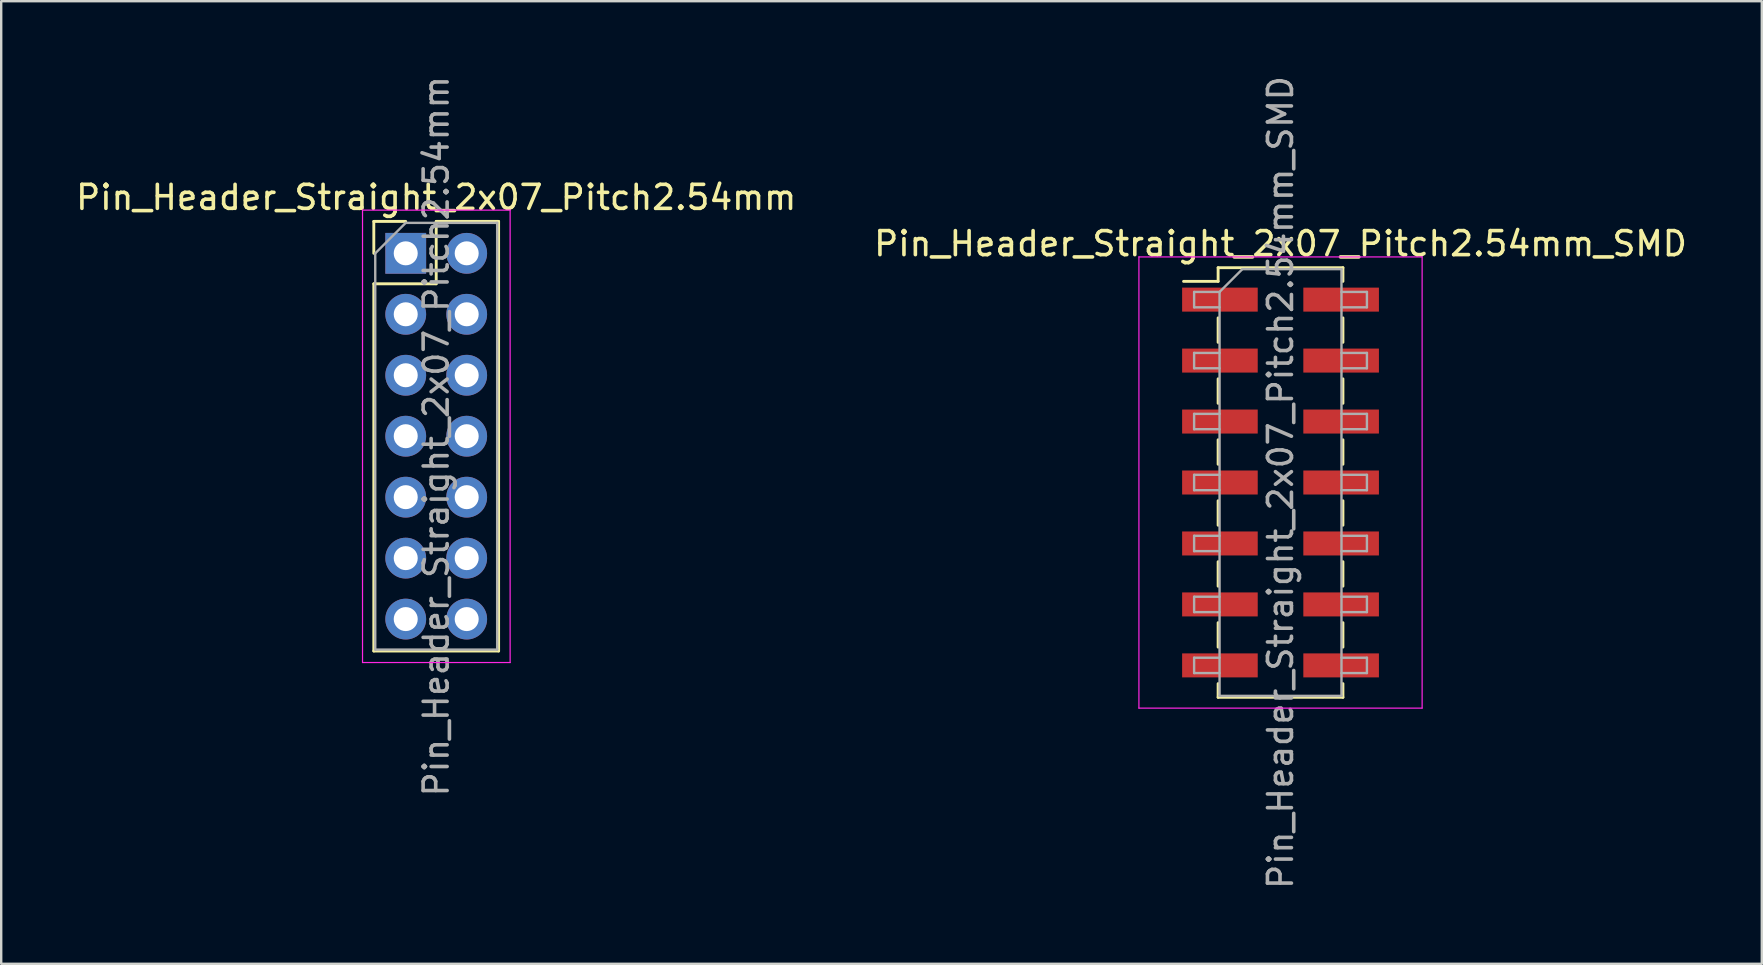
<source format=kicad_pcb>
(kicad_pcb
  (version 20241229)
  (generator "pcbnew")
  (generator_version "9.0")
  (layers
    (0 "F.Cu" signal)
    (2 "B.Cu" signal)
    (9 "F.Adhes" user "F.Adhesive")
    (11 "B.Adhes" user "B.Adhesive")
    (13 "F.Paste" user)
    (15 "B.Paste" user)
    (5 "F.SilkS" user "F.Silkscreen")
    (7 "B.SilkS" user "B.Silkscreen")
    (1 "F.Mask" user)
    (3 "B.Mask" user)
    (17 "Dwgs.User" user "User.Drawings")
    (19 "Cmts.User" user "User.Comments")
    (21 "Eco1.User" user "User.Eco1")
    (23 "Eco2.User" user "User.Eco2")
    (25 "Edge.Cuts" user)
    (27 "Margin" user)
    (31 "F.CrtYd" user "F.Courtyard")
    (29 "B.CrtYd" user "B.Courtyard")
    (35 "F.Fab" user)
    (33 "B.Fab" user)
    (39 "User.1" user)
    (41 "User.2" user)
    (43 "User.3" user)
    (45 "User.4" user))
  (footprint "Pin_Header_Straight_2x07_Pitch2.54mm_SMD"
    (layer "F.Cu")
    (at 50.304 17.054)
    (property "Reference" "Pin_Header_Straight_2x07_Pitch2.54mm_SMD" (at 0 -9.95 0) (layer "F.SilkS") (effects (font (size 1 1) (thickness 0.15))))
    (attr smd)
    (fp_line (start -4.04 -8.38) (end -2.6 -8.38) (stroke (width 0.12) (type solid)) (layer "F.SilkS"))
    (fp_line (start -2.6 -8.95) (end -2.6 -8.38) (stroke (width 0.12) (type solid)) (layer "F.SilkS"))
    (fp_line (start -2.6 -8.95) (end 2.6 -8.95) (stroke (width 0.12) (type solid)) (layer "F.SilkS"))
    (fp_line (start -2.6 -6.86) (end -2.6 -5.84) (stroke (width 0.12) (type solid)) (layer "F.SilkS"))
    (fp_line (start -2.6 -4.32) (end -2.6 -3.3) (stroke (width 0.12) (type solid)) (layer "F.SilkS"))
    (fp_line (start -2.6 -1.78) (end -2.6 -0.76) (stroke (width 0.12) (type solid)) (layer "F.SilkS"))
    (fp_line (start -2.6 0.76) (end -2.6 1.78) (stroke (width 0.12) (type solid)) (layer "F.SilkS"))
    (fp_line (start -2.6 3.3) (end -2.6 4.32) (stroke (width 0.12) (type solid)) (layer "F.SilkS"))
    (fp_line (start -2.6 5.84) (end -2.6 6.86) (stroke (width 0.12) (type solid)) (layer "F.SilkS"))
    (fp_line (start -2.6 8.38) (end -2.6 8.95) (stroke (width 0.12) (type solid)) (layer "F.SilkS"))
    (fp_line (start -2.6 8.95) (end 2.6 8.95) (stroke (width 0.12) (type solid)) (layer "F.SilkS"))
    (fp_line (start 2.6 -8.95) (end 2.6 -8.38) (stroke (width 0.12) (type solid)) (layer "F.SilkS"))
    (fp_line (start 2.6 -6.86) (end 2.6 -5.84) (stroke (width 0.12) (type solid)) (layer "F.SilkS"))
    (fp_line (start 2.6 -4.32) (end 2.6 -3.3) (stroke (width 0.12) (type solid)) (layer "F.SilkS"))
    (fp_line (start 2.6 -1.78) (end 2.6 -0.76) (stroke (width 0.12) (type solid)) (layer "F.SilkS"))
    (fp_line (start 2.6 0.76) (end 2.6 1.78) (stroke (width 0.12) (type solid)) (layer "F.SilkS"))
    (fp_line (start 2.6 3.3) (end 2.6 4.32) (stroke (width 0.12) (type solid)) (layer "F.SilkS"))
    (fp_line (start 2.6 5.84) (end 2.6 6.86) (stroke (width 0.12) (type solid)) (layer "F.SilkS"))
    (fp_line (start 2.6 8.38) (end 2.6 8.95) (stroke (width 0.12) (type solid)) (layer "F.SilkS"))
    (fp_line (start -5.9 -9.4) (end -5.9 9.4) (stroke (width 0.05) (type solid)) (layer "F.CrtYd"))
    (fp_line (start -5.9 9.4) (end 5.9 9.4) (stroke (width 0.05) (type solid)) (layer "F.CrtYd"))
    (fp_line (start 5.9 -9.4) (end -5.9 -9.4) (stroke (width 0.05) (type solid)) (layer "F.CrtYd"))
    (fp_line (start 5.9 9.4) (end 5.9 -9.4) (stroke (width 0.05) (type solid)) (layer "F.CrtYd"))
    (fp_line (start -3.6 -7.94) (end -3.6 -7.3) (stroke (width 0.1) (type solid)) (layer "F.Fab"))
    (fp_line (start -3.6 -7.3) (end -2.54 -7.3) (stroke (width 0.1) (type solid)) (layer "F.Fab"))
    (fp_line (start -3.6 -5.4) (end -3.6 -4.76) (stroke (width 0.1) (type solid)) (layer "F.Fab"))
    (fp_line (start -3.6 -4.76) (end -2.54 -4.76) (stroke (width 0.1) (type solid)) (layer "F.Fab"))
    (fp_line (start -3.6 -2.86) (end -3.6 -2.22) (stroke (width 0.1) (type solid)) (layer "F.Fab"))
    (fp_line (start -3.6 -2.22) (end -2.54 -2.22) (stroke (width 0.1) (type solid)) (layer "F.Fab"))
    (fp_line (start -3.6 -0.32) (end -3.6 0.32) (stroke (width 0.1) (type solid)) (layer "F.Fab"))
    (fp_line (start -3.6 0.32) (end -2.54 0.32) (stroke (width 0.1) (type solid)) (layer "F.Fab"))
    (fp_line (start -3.6 2.22) (end -3.6 2.86) (stroke (width 0.1) (type solid)) (layer "F.Fab"))
    (fp_line (start -3.6 2.86) (end -2.54 2.86) (stroke (width 0.1) (type solid)) (layer "F.Fab"))
    (fp_line (start -3.6 4.76) (end -3.6 5.4) (stroke (width 0.1) (type solid)) (layer "F.Fab"))
    (fp_line (start -3.6 5.4) (end -2.54 5.4) (stroke (width 0.1) (type solid)) (layer "F.Fab"))
    (fp_line (start -3.6 7.3) (end -3.6 7.94) (stroke (width 0.1) (type solid)) (layer "F.Fab"))
    (fp_line (start -3.6 7.94) (end -2.54 7.94) (stroke (width 0.1) (type solid)) (layer "F.Fab"))
    (fp_line (start -2.54 -7.94) (end -3.6 -7.94) (stroke (width 0.1) (type solid)) (layer "F.Fab"))
    (fp_line (start -2.54 -7.94) (end -1.59 -8.89) (stroke (width 0.1) (type solid)) (layer "F.Fab"))
    (fp_line (start -2.54 -5.4) (end -3.6 -5.4) (stroke (width 0.1) (type solid)) (layer "F.Fab"))
    (fp_line (start -2.54 -2.86) (end -3.6 -2.86) (stroke (width 0.1) (type solid)) (layer "F.Fab"))
    (fp_line (start -2.54 -0.32) (end -3.6 -0.32) (stroke (width 0.1) (type solid)) (layer "F.Fab"))
    (fp_line (start -2.54 2.22) (end -3.6 2.22) (stroke (width 0.1) (type solid)) (layer "F.Fab"))
    (fp_line (start -2.54 4.76) (end -3.6 4.76) (stroke (width 0.1) (type solid)) (layer "F.Fab"))
    (fp_line (start -2.54 7.3) (end -3.6 7.3) (stroke (width 0.1) (type solid)) (layer "F.Fab"))
    (fp_line (start -2.54 8.89) (end -2.54 -7.94) (stroke (width 0.1) (type solid)) (layer "F.Fab"))
    (fp_line (start -1.59 -8.89) (end 2.54 -8.89) (stroke (width 0.1) (type solid)) (layer "F.Fab"))
    (fp_line (start 2.54 -8.89) (end 2.54 8.89) (stroke (width 0.1) (type solid)) (layer "F.Fab"))
    (fp_line (start 2.54 -7.94) (end 3.6 -7.94) (stroke (width 0.1) (type solid)) (layer "F.Fab"))
    (fp_line (start 2.54 -5.4) (end 3.6 -5.4) (stroke (width 0.1) (type solid)) (layer "F.Fab"))
    (fp_line (start 2.54 -2.86) (end 3.6 -2.86) (stroke (width 0.1) (type solid)) (layer "F.Fab"))
    (fp_line (start 2.54 -0.32) (end 3.6 -0.32) (stroke (width 0.1) (type solid)) (layer "F.Fab"))
    (fp_line (start 2.54 2.22) (end 3.6 2.22) (stroke (width 0.1) (type solid)) (layer "F.Fab"))
    (fp_line (start 2.54 4.76) (end 3.6 4.76) (stroke (width 0.1) (type solid)) (layer "F.Fab"))
    (fp_line (start 2.54 7.3) (end 3.6 7.3) (stroke (width 0.1) (type solid)) (layer "F.Fab"))
    (fp_line (start 2.54 8.89) (end -2.54 8.89) (stroke (width 0.1) (type solid)) (layer "F.Fab"))
    (fp_line (start 3.6 -7.94) (end 3.6 -7.3) (stroke (width 0.1) (type solid)) (layer "F.Fab"))
    (fp_line (start 3.6 -7.3) (end 2.54 -7.3) (stroke (width 0.1) (type solid)) (layer "F.Fab"))
    (fp_line (start 3.6 -5.4) (end 3.6 -4.76) (stroke (width 0.1) (type solid)) (layer "F.Fab"))
    (fp_line (start 3.6 -4.76) (end 2.54 -4.76) (stroke (width 0.1) (type solid)) (layer "F.Fab"))
    (fp_line (start 3.6 -2.86) (end 3.6 -2.22) (stroke (width 0.1) (type solid)) (layer "F.Fab"))
    (fp_line (start 3.6 -2.22) (end 2.54 -2.22) (stroke (width 0.1) (type solid)) (layer "F.Fab"))
    (fp_line (start 3.6 -0.32) (end 3.6 0.32) (stroke (width 0.1) (type solid)) (layer "F.Fab"))
    (fp_line (start 3.6 0.32) (end 2.54 0.32) (stroke (width 0.1) (type solid)) (layer "F.Fab"))
    (fp_line (start 3.6 2.22) (end 3.6 2.86) (stroke (width 0.1) (type solid)) (layer "F.Fab"))
    (fp_line (start 3.6 2.86) (end 2.54 2.86) (stroke (width 0.1) (type solid)) (layer "F.Fab"))
    (fp_line (start 3.6 4.76) (end 3.6 5.4) (stroke (width 0.1) (type solid)) (layer "F.Fab"))
    (fp_line (start 3.6 5.4) (end 2.54 5.4) (stroke (width 0.1) (type solid)) (layer "F.Fab"))
    (fp_line (start 3.6 7.3) (end 3.6 7.94) (stroke (width 0.1) (type solid)) (layer "F.Fab"))
    (fp_line (start 3.6 7.94) (end 2.54 7.94) (stroke (width 0.1) (type solid)) (layer "F.Fab"))
    (fp_text user "${REFERENCE}" (at 0 0 90) (layer "F.Fab") (effects (font (size 1 1) (thickness 0.15))))
    (pad "1" smd rect (at -2.525 -7.62) (size 3.15 1) (layers "F.Cu" "F.Mask" "F.Paste"))
    (pad "2" smd rect (at 2.525 -7.62) (size 3.15 1) (layers "F.Cu" "F.Mask" "F.Paste"))
    (pad "3" smd rect (at -2.525 -5.08) (size 3.15 1) (layers "F.Cu" "F.Mask" "F.Paste"))
    (pad "4" smd rect (at 2.525 -5.08) (size 3.15 1) (layers "F.Cu" "F.Mask" "F.Paste"))
    (pad "5" smd rect (at -2.525 -2.54) (size 3.15 1) (layers "F.Cu" "F.Mask" "F.Paste"))
    (pad "6" smd rect (at 2.525 -2.54) (size 3.15 1) (layers "F.Cu" "F.Mask" "F.Paste"))
    (pad "7" smd rect (at -2.525 0) (size 3.15 1) (layers "F.Cu" "F.Mask" "F.Paste"))
    (pad "8" smd rect (at 2.525 0) (size 3.15 1) (layers "F.Cu" "F.Mask" "F.Paste"))
    (pad "9" smd rect (at -2.525 2.54) (size 3.15 1) (layers "F.Cu" "F.Mask" "F.Paste"))
    (pad "10" smd rect (at 2.525 2.54) (size 3.15 1) (layers "F.Cu" "F.Mask" "F.Paste"))
    (pad "11" smd rect (at -2.525 5.08) (size 3.15 1) (layers "F.Cu" "F.Mask" "F.Paste"))
    (pad "12" smd rect (at 2.525 5.08) (size 3.15 1) (layers "F.Cu" "F.Mask" "F.Paste"))
    (pad "13" smd rect (at -2.525 7.62) (size 3.15 1) (layers "F.Cu" "F.Mask" "F.Paste"))
    (pad "14" smd rect (at 2.525 7.62) (size 3.15 1) (layers "F.Cu" "F.Mask" "F.Paste")))
  (footprint "Pin_Header_Straight_2x07_Pitch2.54mm"
    (layer "F.Cu")
    (at 13.855 7.505)
    (property "Reference" "Pin_Header_Straight_2x07_Pitch2.54mm" (at 1.27 -2.33 0) (layer "F.SilkS") (effects (font (size 1 1) (thickness 0.15))))
    (attr through_hole)
    (fp_line (start -1.33 -1.33) (end 0 -1.33) (stroke (width 0.12) (type solid)) (layer "F.SilkS"))
    (fp_line (start -1.33 0) (end -1.33 -1.33) (stroke (width 0.12) (type solid)) (layer "F.SilkS"))
    (fp_line (start -1.33 1.27) (end -1.33 16.57) (stroke (width 0.12) (type solid)) (layer "F.SilkS"))
    (fp_line (start -1.33 1.27) (end 1.27 1.27) (stroke (width 0.12) (type solid)) (layer "F.SilkS"))
    (fp_line (start -1.33 16.57) (end 3.87 16.57) (stroke (width 0.12) (type solid)) (layer "F.SilkS"))
    (fp_line (start 1.27 -1.33) (end 3.87 -1.33) (stroke (width 0.12) (type solid)) (layer "F.SilkS"))
    (fp_line (start 1.27 1.27) (end 1.27 -1.33) (stroke (width 0.12) (type solid)) (layer "F.SilkS"))
    (fp_line (start 3.87 -1.33) (end 3.87 16.57) (stroke (width 0.12) (type solid)) (layer "F.SilkS"))
    (fp_line (start -1.8 -1.8) (end -1.8 17.05) (stroke (width 0.05) (type solid)) (layer "F.CrtYd"))
    (fp_line (start -1.8 17.05) (end 4.35 17.05) (stroke (width 0.05) (type solid)) (layer "F.CrtYd"))
    (fp_line (start 4.35 -1.8) (end -1.8 -1.8) (stroke (width 0.05) (type solid)) (layer "F.CrtYd"))
    (fp_line (start 4.35 17.05) (end 4.35 -1.8) (stroke (width 0.05) (type solid)) (layer "F.CrtYd"))
    (fp_line (start -1.27 0) (end 0 -1.27) (stroke (width 0.1) (type solid)) (layer "F.Fab"))
    (fp_line (start -1.27 16.51) (end -1.27 0) (stroke (width 0.1) (type solid)) (layer "F.Fab"))
    (fp_line (start 0 -1.27) (end 3.81 -1.27) (stroke (width 0.1) (type solid)) (layer "F.Fab"))
    (fp_line (start 3.81 -1.27) (end 3.81 16.51) (stroke (width 0.1) (type solid)) (layer "F.Fab"))
    (fp_line (start 3.81 16.51) (end -1.27 16.51) (stroke (width 0.1) (type solid)) (layer "F.Fab"))
    (fp_text user "${REFERENCE}" (at 1.27 7.62 90) (layer "F.Fab") (effects (font (size 1 1) (thickness 0.15))))
    (pad "1" thru_hole rect (at 0 0) (size 1.7 1.7) (drill 1) (layers "*.Cu" "*.Mask"))
    (pad "2" thru_hole oval (at 2.54 0) (size 1.7 1.7) (drill 1) (layers "*.Cu" "*.Mask"))
    (pad "3" thru_hole oval (at 0 2.54) (size 1.7 1.7) (drill 1) (layers "*.Cu" "*.Mask"))
    (pad "4" thru_hole oval (at 2.54 2.54) (size 1.7 1.7) (drill 1) (layers "*.Cu" "*.Mask"))
    (pad "5" thru_hole oval (at 0 5.08) (size 1.7 1.7) (drill 1) (layers "*.Cu" "*.Mask"))
    (pad "6" thru_hole oval (at 2.54 5.08) (size 1.7 1.7) (drill 1) (layers "*.Cu" "*.Mask"))
    (pad "7" thru_hole oval (at 0 7.62) (size 1.7 1.7) (drill 1) (layers "*.Cu" "*.Mask"))
    (pad "8" thru_hole oval (at 2.54 7.62) (size 1.7 1.7) (drill 1) (layers "*.Cu" "*.Mask"))
    (pad "9" thru_hole oval (at 0 10.16) (size 1.7 1.7) (drill 1) (layers "*.Cu" "*.Mask"))
    (pad "10" thru_hole oval (at 2.54 10.16) (size 1.7 1.7) (drill 1) (layers "*.Cu" "*.Mask"))
    (pad "11" thru_hole oval (at 0 12.7) (size 1.7 1.7) (drill 1) (layers "*.Cu" "*.Mask"))
    (pad "12" thru_hole oval (at 2.54 12.7) (size 1.7 1.7) (drill 1) (layers "*.Cu" "*.Mask"))
    (pad "13" thru_hole oval (at 0 15.24) (size 1.7 1.7) (drill 1) (layers "*.Cu" "*.Mask"))
    (pad "14" thru_hole oval (at 2.54 15.24) (size 1.7 1.7) (drill 1) (layers "*.Cu" "*.Mask")))
  (gr_rect
    (start -3 -3)
    (end 70.357 37.107)
    (stroke (width 0.1) (type default))
    (fill no)
    (layer "Edge.Cuts")))
</source>
